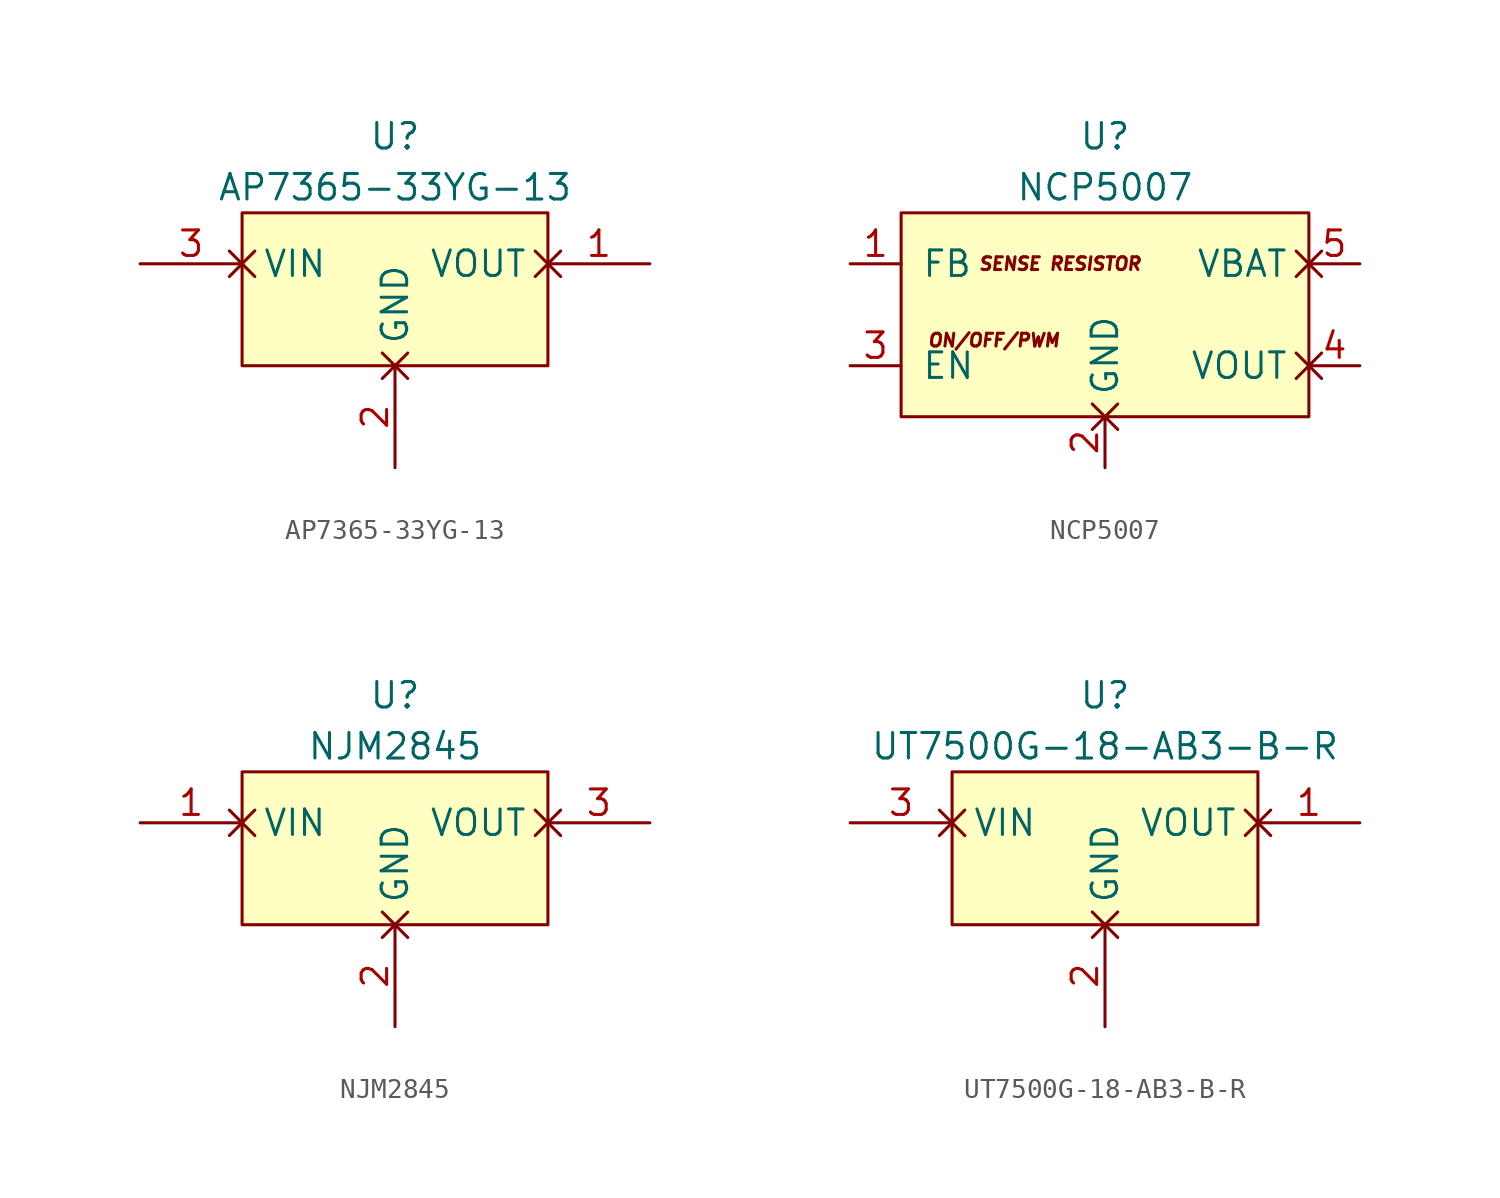
<source format=kicad_sym>
(kicad_symbol_lib
  (version 20211014)
  (generator kicad_symbol_editor)
  (symbol "AP7365-33YG-13"
    (pin_names
      (offset 1.016))
    (property "Reference" "U"
      (at 0 6.35 0)
      (effects (font (size 1.27 1.27))))
    (property "Value" "AP7365-33YG-13"
      (at 0 3.81 0)
      (effects (font (size 1.27 1.27))))
    (symbol "AP7365-33YG-13_1_1"
      (rectangle (start -7.62 2.54) (end 7.62 -5.08) (stroke (width 0) (type default) (color 0 0 0 0)) (fill (type background)))
      (pin power_out non_logic (at 12.7 0 180) (length 5.08) (name "VOUT" (effects (font (size 1.27 1.27)))) (number "1" (effects (font (size 1.27 1.27)))))
      (pin power_in non_logic (at 0 -10.16 90) (length 5.08) (name "GND" (effects (font (size 1.27 1.27)))) (number "2" (effects (font (size 1.27 1.27)))))
      (pin power_in non_logic (at -12.7 0 0) (length 5.08) (name "VIN" (effects (font (size 1.27 1.27)))) (number "3" (effects (font (size 1.27 1.27)))))))
  (symbol "NCP5007"
    (pin_names
      (offset 1.016))
    (property "Reference" "U"
      (at 0 8.89 0)
      (effects (font (size 1.27 1.27))))
    (property "Value" "NCP5007"
      (at 0 6.35 0)
      (effects (font (size 1.27 1.27))))
    (symbol "NCP5007_0_0"
      (rectangle (start -10.16 5.08) (end 10.16 -5.08) (stroke (width 0) (type default) (color 0 0 0 0)) (fill (type background)))
      (text "ON/OFF/PWM" (at -8.89 -1.27 0) (effects (font (size 0.635 0.635) italic) (justify left)))
      (text "SENSE RESISTOR" (at -6.35 2.54 0) (effects (font (size 0.635 0.635) italic) (justify left))))
    (symbol "NCP5007_1_1"
      (pin passive line (at -12.7 2.54 0) (length 2.54) (name "FB" (effects (font (size 1.27 1.27)))) (number "1" (effects (font (size 1.27 1.27)))))
      (pin power_in non_logic (at 0 -7.62 90) (length 2.54) (name "GND" (effects (font (size 1.27 1.27)))) (number "2" (effects (font (size 1.27 1.27)))))
      (pin passive line (at -12.7 -2.54 0) (length 2.54) (name "EN" (effects (font (size 1.27 1.27)))) (number "3" (effects (font (size 1.27 1.27)))))
      (pin power_out non_logic (at 12.7 -2.54 180) (length 2.54) (name "VOUT" (effects (font (size 1.27 1.27)))) (number "4" (effects (font (size 1.27 1.27)))))
      (pin power_in non_logic (at 12.7 2.54 180) (length 2.54) (name "VBAT" (effects (font (size 1.27 1.27)))) (number "5" (effects (font (size 1.27 1.27)))))))
  (symbol "NJM2845"
    (pin_names
      (offset 1.016))
    (property "Reference" "U"
      (at 0 6.35 0)
      (effects (font (size 1.27 1.27))))
    (property "Value" "NJM2845"
      (at 0 3.81 0)
      (effects (font (size 1.27 1.27))))
    (symbol "NJM2845_0_1"
      (rectangle (start -7.62 2.54) (end 7.62 -5.08) (stroke (width 0) (type default) (color 0 0 0 0)) (fill (type background))))
    (symbol "NJM2845_1_1"
      (pin power_in non_logic (at -12.7 0 0) (length 5.08) (name "VIN" (effects (font (size 1.27 1.27)))) (number "1" (effects (font (size 1.27 1.27)))))
      (pin power_in non_logic (at 0 -10.16 90) (length 5.08) (name "GND" (effects (font (size 1.27 1.27)))) (number "2" (effects (font (size 1.27 1.27)))))
      (pin power_out non_logic (at 12.7 0 180) (length 5.08) (name "VOUT" (effects (font (size 1.27 1.27)))) (number "3" (effects (font (size 1.27 1.27)))))))
  (symbol "UT7500G-18-AB3-B-R"
    (pin_names
      (offset 1.016))
    (property "Reference" "U"
      (at 0 6.35 0)
      (effects (font (size 1.27 1.27))))
    (property "Value" "UT7500G-18-AB3-B-R"
      (at 0 3.81 0)
      (effects (font (size 1.27 1.27))))
    (symbol "UT7500G-18-AB3-B-R_1_1"
      (rectangle (start -7.62 2.54) (end 7.62 -5.08) (stroke (width 0) (type default) (color 0 0 0 0)) (fill (type background)))
      (pin power_out non_logic (at 12.7 0 180) (length 5.08) (name "VOUT" (effects (font (size 1.27 1.27)))) (number "1" (effects (font (size 1.27 1.27)))))
      (pin power_in non_logic (at 0 -10.16 90) (length 5.08) (name "GND" (effects (font (size 1.27 1.27)))) (number "2" (effects (font (size 1.27 1.27)))))
      (pin power_in non_logic (at -12.7 0 0) (length 5.08) (name "VIN" (effects (font (size 1.27 1.27)))) (number "3" (effects (font (size 1.27 1.27))))))))
</source>
